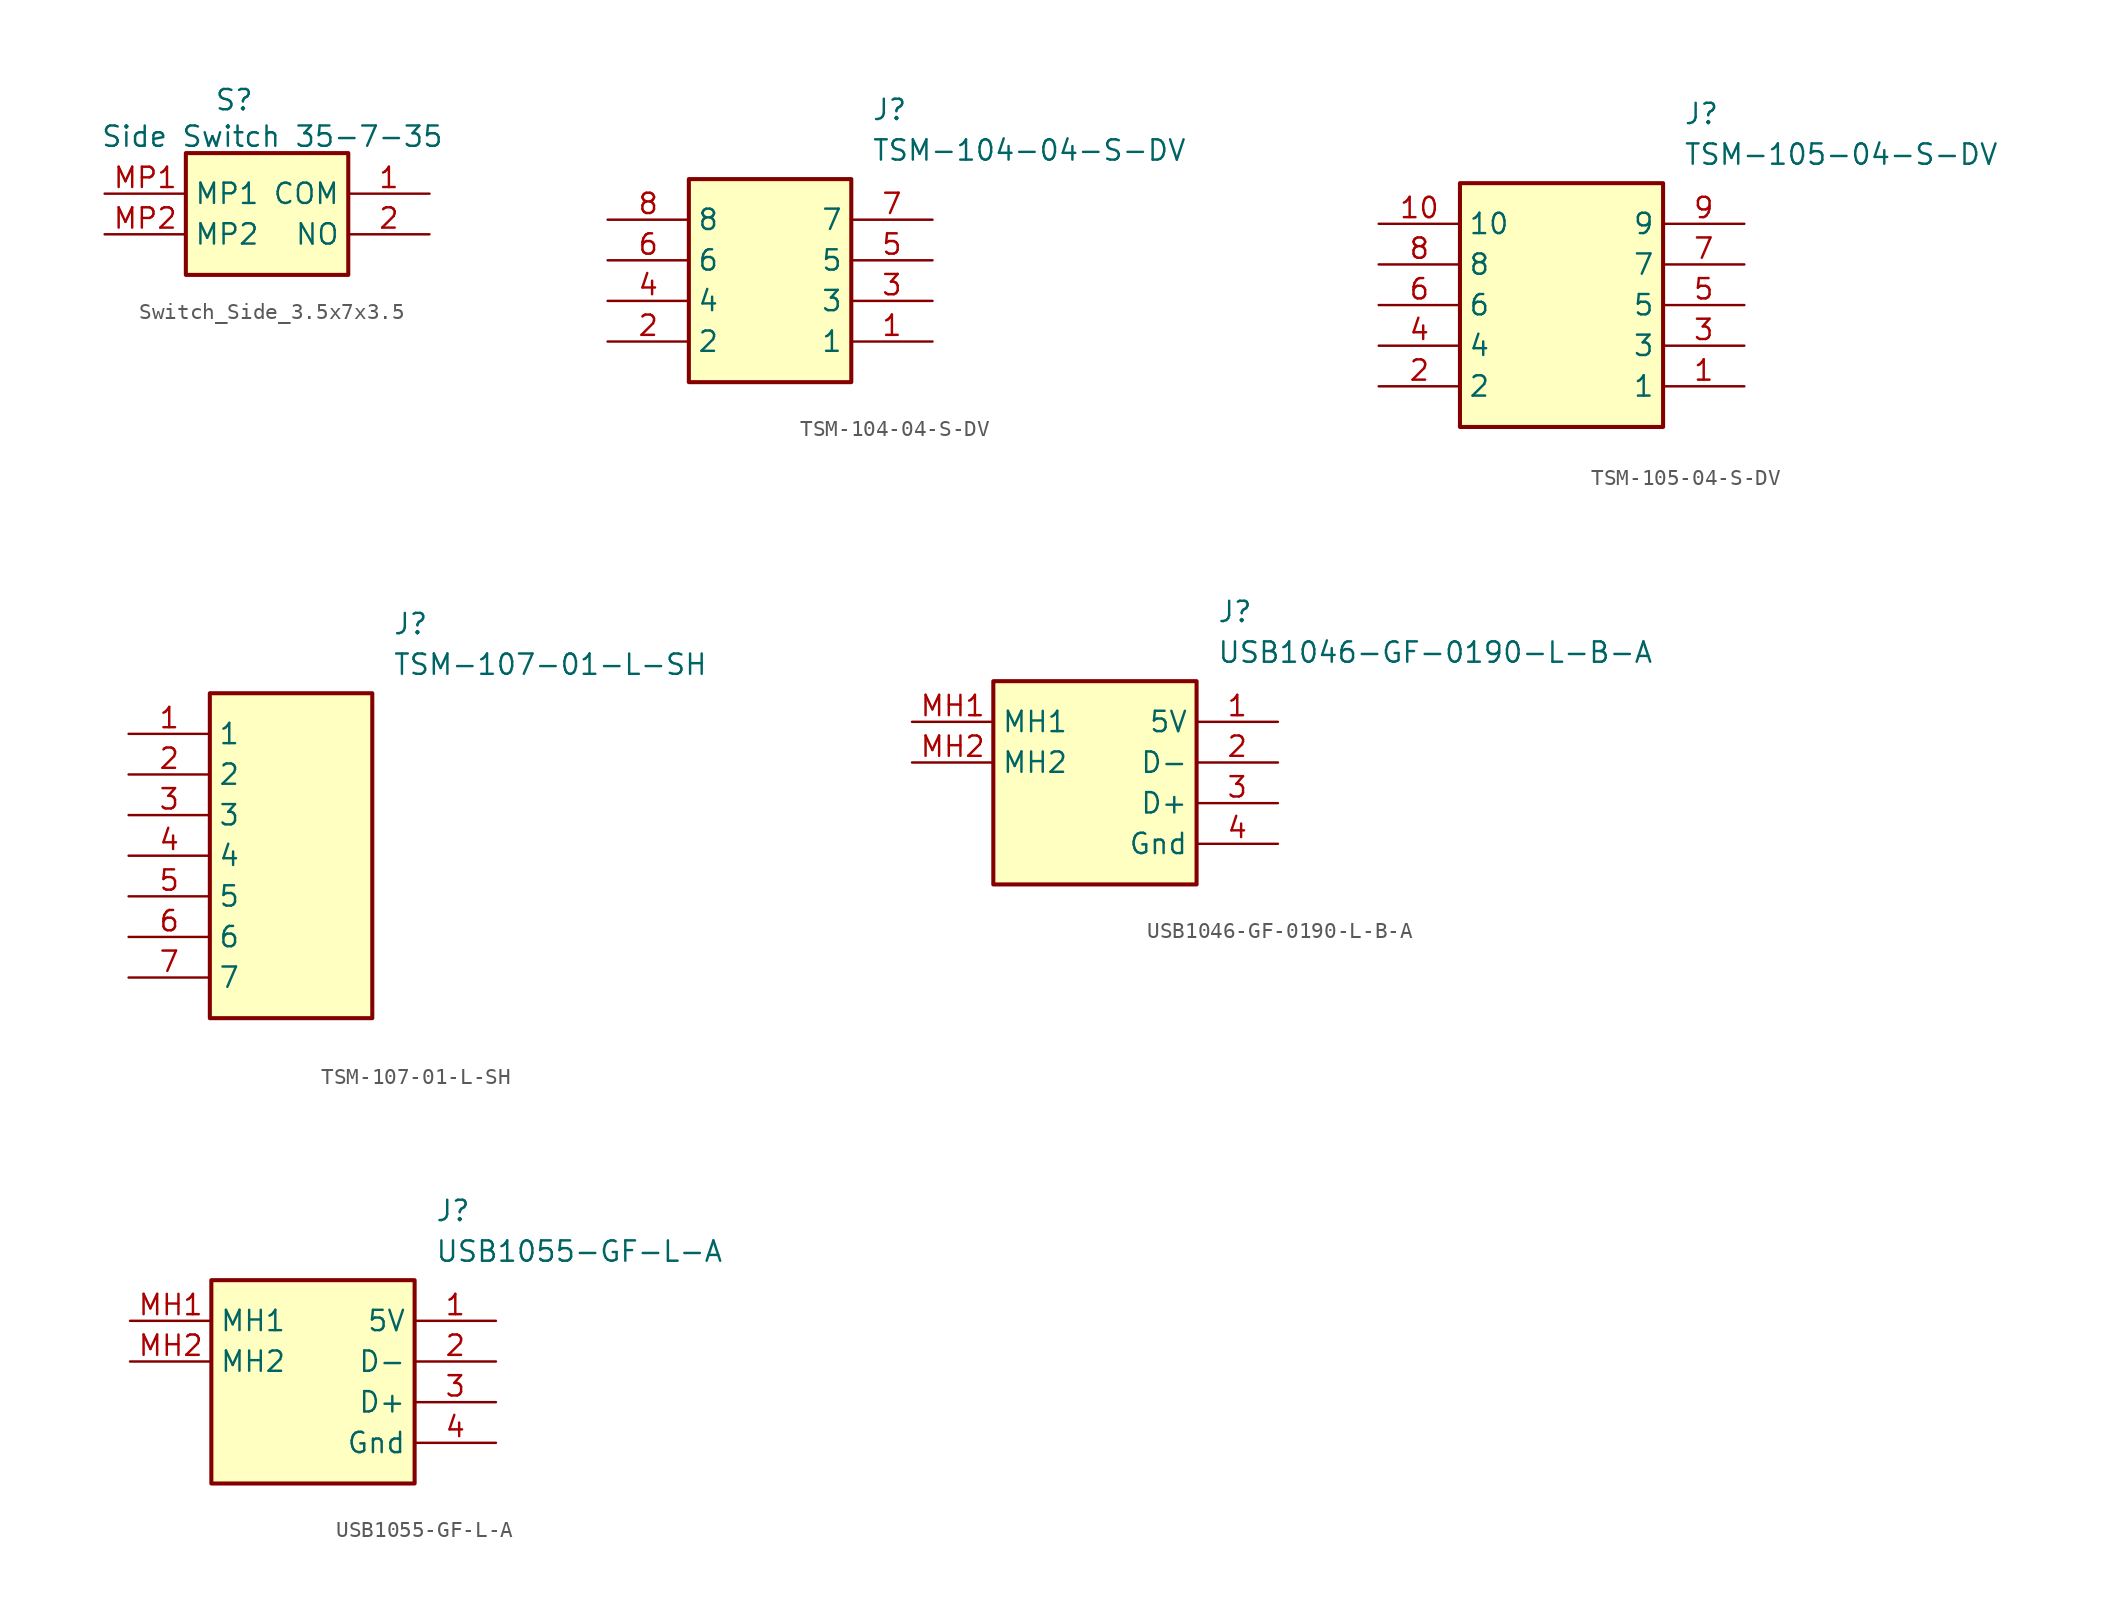
<source format=kicad_sym>
(kicad_symbol_lib
  (version 20231120)
  (generator "kicad_symbol_editor")
  (generator_version "8.0")
  (symbol "Switch_Side_3.5x7x3.5"
    (property "Reference" "S"
      (at 6.858 6.604 0)
      (effects (font (size 1.27 1.27)) (justify left top)))
    (property "Value" "Side Switch 35-7-35"
      (at -0.254 4.318 0)
      (effects (font (size 1.27 1.27)) (justify left top)))
    (symbol "Switch_Side_3.5x7x3.5_1_1"
      (rectangle (start 5.08 2.54) (end 15.24 -5.08) (stroke (width 0.254) (type default)) (fill (type background)))
      (pin passive line (at 20.32 0 180) (length 5.08) (name "COM" (effects (font (size 1.27 1.27)))) (number "1" (effects (font (size 1.27 1.27)))))
      (pin passive line (at 20.32 -2.54 180) (length 5.08) (name "NO" (effects (font (size 1.27 1.27)))) (number "2" (effects (font (size 1.27 1.27)))))
      (pin passive line (at 0 0 0) (length 5.08) (name "MP1" (effects (font (size 1.27 1.27)))) (number "MP1" (effects (font (size 1.27 1.27)))))
      (pin passive line (at 0 -2.54 0) (length 5.08) (name "MP2" (effects (font (size 1.27 1.27)))) (number "MP2" (effects (font (size 1.27 1.27)))))))
  (symbol "TSM-104-04-S-DV"
    (property "Reference" "J"
      (at 16.51 7.62 0)
      (effects (font (size 1.27 1.27)) (justify left top)))
    (property "Value" "TSM-104-04-S-DV"
      (at 16.51 5.08 0)
      (effects (font (size 1.27 1.27)) (justify left top)))
    (rectangle
      (start 5.08 2.54)
      (end 15.24 -10.16)
      (stroke (width 0.254) (type default))
      (fill (type background)))
    (pin passive line
      (at 20.32 -7.62 180)
      (length 5.08)
      (name "1" (effects (font (size 1.27 1.27))))
      (number "1" (effects (font (size 1.27 1.27)))))
    (pin passive line
      (at 0 -7.62 0)
      (length 5.08)
      (name "2" (effects (font (size 1.27 1.27))))
      (number "2" (effects (font (size 1.27 1.27)))))
    (pin passive line
      (at 20.32 -5.08 180)
      (length 5.08)
      (name "3" (effects (font (size 1.27 1.27))))
      (number "3" (effects (font (size 1.27 1.27)))))
    (pin passive line
      (at 0 -5.08 0)
      (length 5.08)
      (name "4" (effects (font (size 1.27 1.27))))
      (number "4" (effects (font (size 1.27 1.27)))))
    (pin passive line
      (at 20.32 -2.54 180)
      (length 5.08)
      (name "5" (effects (font (size 1.27 1.27))))
      (number "5" (effects (font (size 1.27 1.27)))))
    (pin passive line
      (at 0 -2.54 0)
      (length 5.08)
      (name "6" (effects (font (size 1.27 1.27))))
      (number "6" (effects (font (size 1.27 1.27)))))
    (pin passive line
      (at 20.32 0 180)
      (length 5.08)
      (name "7" (effects (font (size 1.27 1.27))))
      (number "7" (effects (font (size 1.27 1.27)))))
    (pin passive line
      (at 0 0 0)
      (length 5.08)
      (name "8" (effects (font (size 1.27 1.27))))
      (number "8" (effects (font (size 1.27 1.27))))))
  (symbol "TSM-105-04-S-DV"
    (property "Reference" "J"
      (at 19.05 7.62 0)
      (effects (font (size 1.27 1.27)) (justify left top)))
    (property "Value" "TSM-105-04-S-DV"
      (at 19.05 5.08 0)
      (effects (font (size 1.27 1.27)) (justify left top)))
    (rectangle
      (start 5.08 2.54)
      (end 17.78 -12.7)
      (stroke (width 0.254) (type default))
      (fill (type background)))
    (pin passive line
      (at 22.86 -10.16 180)
      (length 5.08)
      (name "1" (effects (font (size 1.27 1.27))))
      (number "1" (effects (font (size 1.27 1.27)))))
    (pin passive line
      (at 0 -10.16 0)
      (length 5.08)
      (name "2" (effects (font (size 1.27 1.27))))
      (number "2" (effects (font (size 1.27 1.27)))))
    (pin passive line
      (at 22.86 -7.62 180)
      (length 5.08)
      (name "3" (effects (font (size 1.27 1.27))))
      (number "3" (effects (font (size 1.27 1.27)))))
    (pin passive line
      (at 0 -7.62 0)
      (length 5.08)
      (name "4" (effects (font (size 1.27 1.27))))
      (number "4" (effects (font (size 1.27 1.27)))))
    (pin passive line
      (at 22.86 -5.08 180)
      (length 5.08)
      (name "5" (effects (font (size 1.27 1.27))))
      (number "5" (effects (font (size 1.27 1.27)))))
    (pin passive line
      (at 0 -5.08 0)
      (length 5.08)
      (name "6" (effects (font (size 1.27 1.27))))
      (number "6" (effects (font (size 1.27 1.27)))))
    (pin passive line
      (at 22.86 -2.54 180)
      (length 5.08)
      (name "7" (effects (font (size 1.27 1.27))))
      (number "7" (effects (font (size 1.27 1.27)))))
    (pin passive line
      (at 0 -2.54 0)
      (length 5.08)
      (name "8" (effects (font (size 1.27 1.27))))
      (number "8" (effects (font (size 1.27 1.27)))))
    (pin passive line
      (at 22.86 0 180)
      (length 5.08)
      (name "9" (effects (font (size 1.27 1.27))))
      (number "9" (effects (font (size 1.27 1.27)))))
    (pin passive line
      (at 0 0 0)
      (length 5.08)
      (name "10" (effects (font (size 1.27 1.27))))
      (number "10" (effects (font (size 1.27 1.27))))))
  (symbol "TSM-107-01-L-SH"
    (property "Reference" "J"
      (at 16.51 7.62 0)
      (effects (font (size 1.27 1.27)) (justify left top)))
    (property "Value" "TSM-107-01-L-SH"
      (at 16.51 5.08 0)
      (effects (font (size 1.27 1.27)) (justify left top)))
    (rectangle
      (start 5.08 2.54)
      (end 15.24 -17.78)
      (stroke (width 0.254) (type default))
      (fill (type background)))
    (pin passive line
      (at 0 0 0)
      (length 5.08)
      (name "1" (effects (font (size 1.27 1.27))))
      (number "1" (effects (font (size 1.27 1.27)))))
    (pin passive line
      (at 0 -2.54 0)
      (length 5.08)
      (name "2" (effects (font (size 1.27 1.27))))
      (number "2" (effects (font (size 1.27 1.27)))))
    (pin passive line
      (at 0 -5.08 0)
      (length 5.08)
      (name "3" (effects (font (size 1.27 1.27))))
      (number "3" (effects (font (size 1.27 1.27)))))
    (pin passive line
      (at 0 -7.62 0)
      (length 5.08)
      (name "4" (effects (font (size 1.27 1.27))))
      (number "4" (effects (font (size 1.27 1.27)))))
    (pin passive line
      (at 0 -10.16 0)
      (length 5.08)
      (name "5" (effects (font (size 1.27 1.27))))
      (number "5" (effects (font (size 1.27 1.27)))))
    (pin passive line
      (at 0 -12.7 0)
      (length 5.08)
      (name "6" (effects (font (size 1.27 1.27))))
      (number "6" (effects (font (size 1.27 1.27)))))
    (pin passive line
      (at 0 -15.24 0)
      (length 5.08)
      (name "7" (effects (font (size 1.27 1.27))))
      (number "7" (effects (font (size 1.27 1.27))))))
  (symbol "USB1046-GF-0190-L-B-A"
    (property "Reference" "J"
      (at 19.05 7.62 0)
      (effects (font (size 1.27 1.27)) (justify left top)))
    (property "Value" "USB1046-GF-0190-L-B-A"
      (at 19.05 5.08 0)
      (effects (font (size 1.27 1.27)) (justify left top)))
    (symbol "USB1046-GF-0190-L-B-A_1_1"
      (rectangle (start 5.08 2.54) (end 17.78 -10.16) (stroke (width 0.254) (type default)) (fill (type background)))
      (pin passive line (at 22.86 0 180) (length 5.08) (name "5V" (effects (font (size 1.27 1.27)))) (number "1" (effects (font (size 1.27 1.27)))))
      (pin passive line (at 22.86 -2.54 180) (length 5.08) (name "D-" (effects (font (size 1.27 1.27)))) (number "2" (effects (font (size 1.27 1.27)))))
      (pin passive line (at 22.86 -5.08 180) (length 5.08) (name "D+" (effects (font (size 1.27 1.27)))) (number "3" (effects (font (size 1.27 1.27)))))
      (pin passive line (at 22.86 -7.62 180) (length 5.08) (name "Gnd" (effects (font (size 1.27 1.27)))) (number "4" (effects (font (size 1.27 1.27)))))
      (pin passive line (at 0 0 0) (length 5.08) (name "MH1" (effects (font (size 1.27 1.27)))) (number "MH1" (effects (font (size 1.27 1.27)))))
      (pin passive line (at 0 -2.54 0) (length 5.08) (name "MH2" (effects (font (size 1.27 1.27)))) (number "MH2" (effects (font (size 1.27 1.27)))))))
  (symbol "USB1055-GF-L-A"
    (property "Reference" "J"
      (at 19.05 7.62 0)
      (effects (font (size 1.27 1.27)) (justify left top)))
    (property "Value" "USB1055-GF-L-A"
      (at 19.05 5.08 0)
      (effects (font (size 1.27 1.27)) (justify left top)))
    (symbol "USB1055-GF-L-A_1_1"
      (rectangle (start 5.08 2.54) (end 17.78 -10.16) (stroke (width 0.254) (type default)) (fill (type background)))
      (pin passive line (at 22.86 0 180) (length 5.08) (name "5V" (effects (font (size 1.27 1.27)))) (number "1" (effects (font (size 1.27 1.27)))))
      (pin passive line (at 22.86 -2.54 180) (length 5.08) (name "D-" (effects (font (size 1.27 1.27)))) (number "2" (effects (font (size 1.27 1.27)))))
      (pin passive line (at 22.86 -5.08 180) (length 5.08) (name "D+" (effects (font (size 1.27 1.27)))) (number "3" (effects (font (size 1.27 1.27)))))
      (pin passive line (at 22.86 -7.62 180) (length 5.08) (name "Gnd" (effects (font (size 1.27 1.27)))) (number "4" (effects (font (size 1.27 1.27)))))
      (pin passive line (at 0 0 0) (length 5.08) (name "MH1" (effects (font (size 1.27 1.27)))) (number "MH1" (effects (font (size 1.27 1.27)))))
      (pin passive line (at 0 -2.54 0) (length 5.08) (name "MH2" (effects (font (size 1.27 1.27)))) (number "MH2" (effects (font (size 1.27 1.27))))))))
</source>
